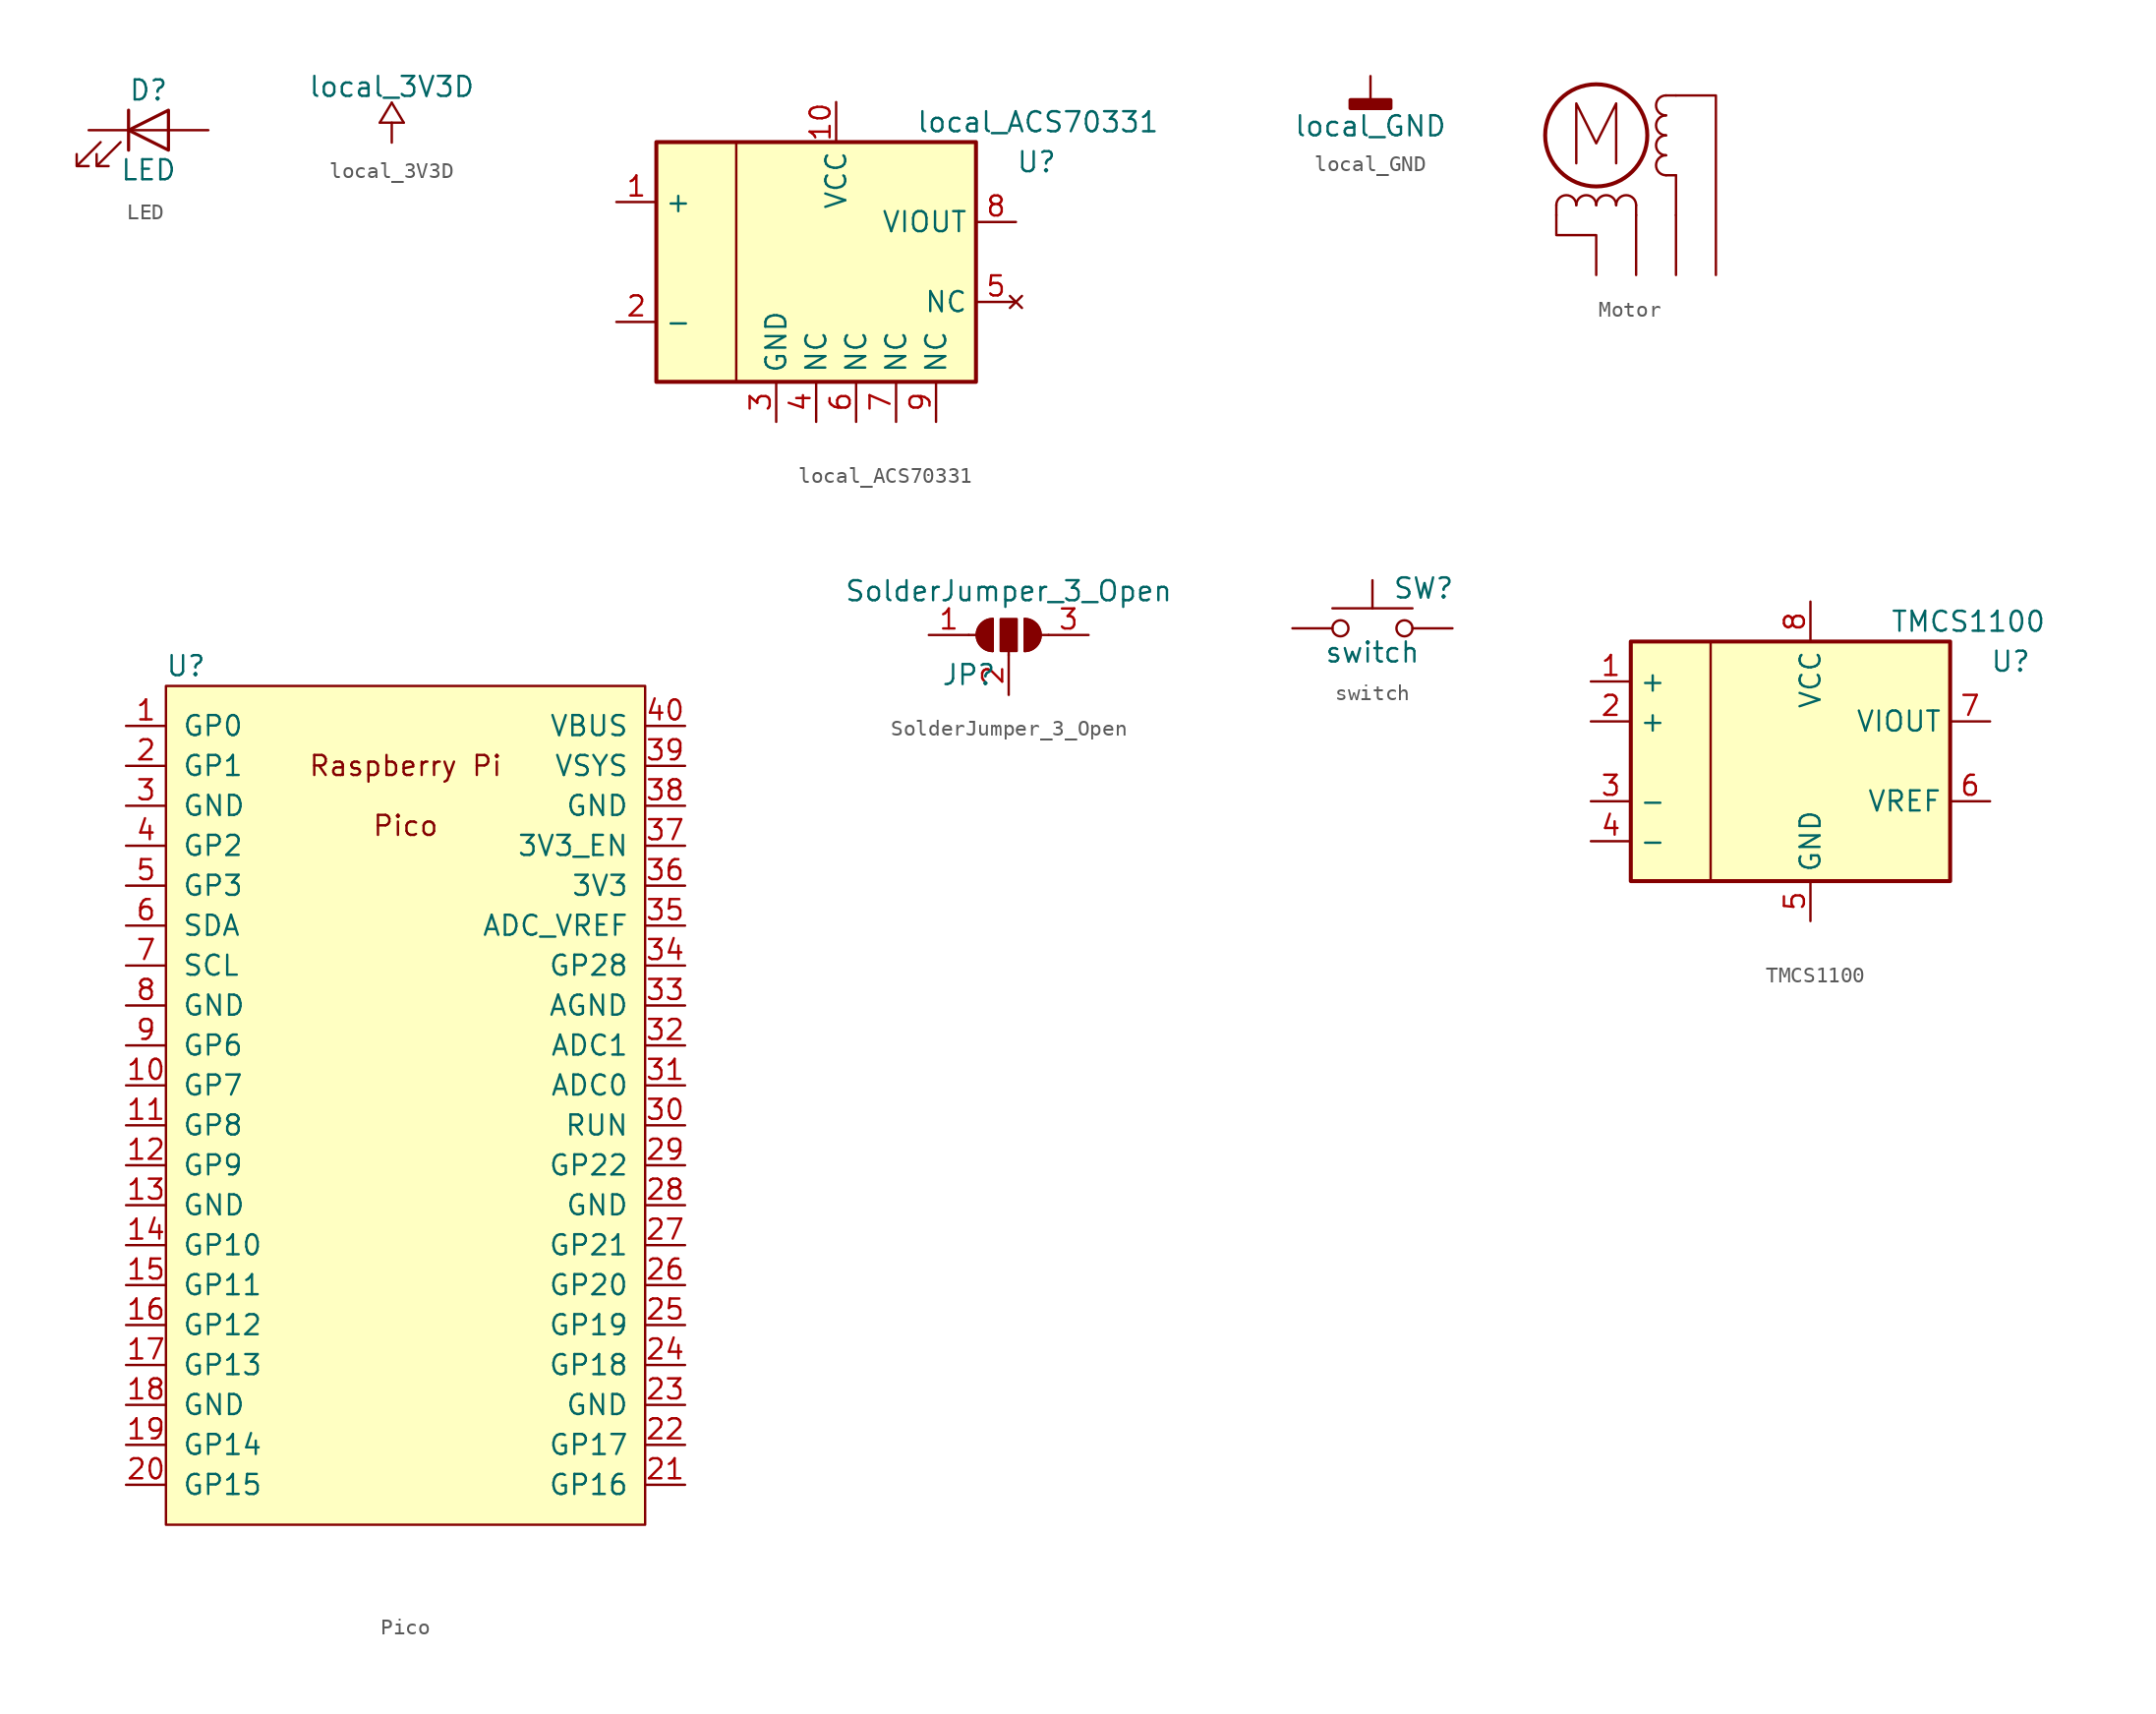
<source format=kicad_sym>
(kicad_symbol_lib
  (version 20210619)
  (generator kicad_symbol_editor)
  (symbol "stepper_motor_analyzer:LED"
    (pin_numbers hide)
    (pin_names
      (offset 1.016) hide)
    (property "Reference" "D"
      (at 0 2.54 0)
      (effects (font (size 1.27 1.27))))
    (property "Value" "LED"
      (at 0 -2.54 0)
      (effects (font (size 1.27 1.27))))
    (symbol "LED_0_1"
      (polyline (pts (xy -1.27 -1.27) (xy -1.27 1.27)) (stroke (width 0.203)) (fill (type none)))
      (polyline (pts (xy -1.27 0) (xy 1.27 0)) (stroke (width 0)) (fill (type none)))
      (polyline (pts (xy 1.27 -1.27) (xy 1.27 1.27) (xy -1.27 0) (xy 1.27 -1.27)) (stroke (width 0.203)) (fill (type none)))
      (polyline (pts (xy -3.048 -0.762) (xy -4.572 -2.286) (xy -3.81 -2.286) (xy -4.572 -2.286) (xy -4.572 -1.524)) (stroke (width 0)) (fill (type none)))
      (polyline (pts (xy -1.778 -0.762) (xy -3.302 -2.286) (xy -2.54 -2.286) (xy -3.302 -2.286) (xy -3.302 -1.524)) (stroke (width 0)) (fill (type none))))
    (symbol "LED_1_1"
      (pin passive line (at -3.81 0 0) (length 2.54) (name "K" (effects (font (size 1.27 1.27)))) (number "1" (effects (font (size 1.27 1.27)))))
      (pin passive line (at 3.81 0 180) (length 2.54) (name "A" (effects (font (size 1.27 1.27)))) (number "2" (effects (font (size 1.27 1.27)))))))
  (symbol "stepper_motor_analyzer:local_3V3D"
    (power)
    (pin_names
      (offset 0))
    (property "Reference" "#PWR"
      (at 0 -3.81 0)
      (effects (font (size 1.27 1.27)) hide))
    (property "Value" "local_3V3D"
      (at 0 3.556 0)
      (effects (font (size 1.27 1.27))))
    (symbol "local_3V3D_0_1"
      (polyline (pts (xy -0.762 1.27) (xy 0 2.54)) (stroke (width 0)) (fill (type none)))
      (polyline (pts (xy -0.762 1.27) (xy 0.762 1.27)) (stroke (width 0)) (fill (type none)))
      (polyline (pts (xy 0 0) (xy 0 1.27)) (stroke (width 0)) (fill (type none)))
      (polyline (pts (xy 0 2.54) (xy 0.762 1.27)) (stroke (width 0)) (fill (type none))))
    (symbol "local_3V3D_1_1"
      (pin power_in line (at 0 0 90) (length 0) hide (name "+3V3D" (effects (font (size 1.27 1.27)))) (number "1" (effects (font (size 1.27 1.27)))))))
  (symbol "stepper_motor_analyzer:local_ACS70331"
    (property "Reference" "U"
      (at 10.16 6.35 0)
      (effects (font (size 1.27 1.27)) (justify left)))
    (property "Value" "local_ACS70331"
      (at 3.81 8.89 0)
      (effects (font (size 1.27 1.27)) (justify left)))
    (symbol "local_ACS70331_0_1"
      (rectangle (start -12.7 7.62) (end 7.62 -7.62) (stroke (width 0.254)) (fill (type background)))
      (polyline (pts (xy -7.62 7.62) (xy -7.62 -7.62)) (stroke (width 0)) (fill (type none))))
    (symbol "local_ACS70331_1_1"
      (pin passive line (at -15.24 3.81 0) (length 2.54) (name "+" (effects (font (size 1.27 1.27)))) (number "1" (effects (font (size 1.27 1.27)))))
      (pin power_in line (at -1.27 10.16 270) (length 2.54) (name "VCC" (effects (font (size 1.27 1.27)))) (number "10" (effects (font (size 1.27 1.27)))))
      (pin passive line (at -15.24 -3.81 0) (length 2.54) (name "-" (effects (font (size 1.27 1.27)))) (number "2" (effects (font (size 1.27 1.27)))))
      (pin power_in line (at -5.08 -10.16 90) (length 2.54) (name "GND" (effects (font (size 1.27 1.27)))) (number "3" (effects (font (size 1.27 1.27)))))
      (pin passive line (at -2.54 -10.16 90) (length 2.54) (name "NC" (effects (font (size 1.27 1.27)))) (number "4" (effects (font (size 1.27 1.27)))))
      (pin no_connect line (at 10.16 -2.54 180) (length 2.54) (name "NC" (effects (font (size 1.27 1.27)))) (number "5" (effects (font (size 1.27 1.27)))))
      (pin passive line (at 0 -10.16 90) (length 2.54) (name "NC" (effects (font (size 1.27 1.27)))) (number "6" (effects (font (size 1.27 1.27)))))
      (pin passive line (at 2.54 -10.16 90) (length 2.54) (name "NC" (effects (font (size 1.27 1.27)))) (number "7" (effects (font (size 1.27 1.27)))))
      (pin output line (at 10.16 2.54 180) (length 2.54) (name "VIOUT" (effects (font (size 1.27 1.27)))) (number "8" (effects (font (size 1.27 1.27)))))
      (pin passive line (at 5.08 -10.16 90) (length 2.54) (name "NC" (effects (font (size 1.27 1.27)))) (number "9" (effects (font (size 1.27 1.27)))))))
  (symbol "stepper_motor_analyzer:local_GND"
    (power)
    (pin_names
      (offset 0))
    (property "Reference" "#PWR"
      (at 0 -6.35 0)
      (effects (font (size 1.27 1.27)) hide))
    (property "Value" "local_GND"
      (at 0 -3.175 0)
      (effects (font (size 1.27 1.27))))
    (symbol "local_GND_0_1"
      (rectangle (start -1.27 -1.524) (end 1.27 -2.032) (stroke (width 0.254)) (fill (type outline)))
      (polyline (pts (xy 0 0) (xy 0 -1.524)) (stroke (width 0)) (fill (type none))))
    (symbol "local_GND_1_1"
      (pin power_in line (at 0 0 270) (length 0) hide (name "GNDD" (effects (font (size 1.27 1.27)))) (number "1" (effects (font (size 1.27 1.27)))))))
  (symbol "stepper_motor_analyzer:Motor"
    (pin_names
      (offset 0) hide)
    (property "Reference" "M"
      (at 1.27 10.16 0)
      (effects (font (size 1.27 1.27)) (justify left) hide))
    (symbol "Motor_0_0"
      (polyline (pts (xy 5.08 0) (xy 5.08 -2.54)) (stroke (width 0)) (fill (type none)))
      (polyline (pts (xy -1.27 0.762) (xy -1.27 4.572) (xy 0 2.032) (xy 1.27 4.572) (xy 1.27 0.762)) (stroke (width 0)) (fill (type none))))
    (symbol "Motor_0_1"
      (arc (start -1.27 -1.905) (end -2.54 -1.905) (radius (at -1.905 -1.905) (length 0.635) (angles 0.1 179.9)) (stroke (width 0)) (fill (type none)))
      (arc (start 0 -1.905) (end -1.27 -1.905) (radius (at -0.635 -1.905) (length 0.635) (angles 0.1 179.9)) (stroke (width 0)) (fill (type none)))
      (arc (start 1.27 -1.905) (end 0 -1.905) (radius (at 0.635 -1.905) (length 0.635) (angles 0.1 179.9)) (stroke (width 0)) (fill (type none)))
      (arc (start 2.54 -1.905) (end 1.27 -1.905) (radius (at 1.905 -1.905) (length 0.635) (angles 0.1 179.9)) (stroke (width 0)) (fill (type none)))
      (arc (start 4.445 1.27) (end 4.445 0) (radius (at 4.445 0.635) (length 0.635) (angles 90.1 -90.1)) (stroke (width 0)) (fill (type none)))
      (arc (start 4.445 2.54) (end 4.445 1.27) (radius (at 4.445 1.905) (length 0.635) (angles 90.1 -90.1)) (stroke (width 0)) (fill (type none)))
      (arc (start 4.445 3.81) (end 4.445 2.54) (radius (at 4.445 3.175) (length 0.635) (angles 90.1 -90.1)) (stroke (width 0)) (fill (type none)))
      (arc (start 4.445 5.08) (end 4.445 3.81) (radius (at 4.445 4.445) (length 0.635) (angles 90.1 -90.1)) (stroke (width 0)) (fill (type none)))
      (circle (center 0 2.54) (radius 3.251) (stroke (width 0.254)) (fill (type none)))
      (polyline (pts (xy -2.54 -2.54) (xy -2.54 -1.905)) (stroke (width 0)) (fill (type none)))
      (polyline (pts (xy 2.54 -2.54) (xy 2.54 -6.35)) (stroke (width 0)) (fill (type none)))
      (polyline (pts (xy 2.54 -2.54) (xy 2.54 -1.905)) (stroke (width 0)) (fill (type none)))
      (polyline (pts (xy 5.08 -2.54) (xy 5.08 -6.35)) (stroke (width 0)) (fill (type none)))
      (polyline (pts (xy 5.08 0) (xy 4.445 0)) (stroke (width 0)) (fill (type none)))
      (polyline (pts (xy 5.08 5.08) (xy 4.445 5.08)) (stroke (width 0)) (fill (type none)))
      (polyline (pts (xy 7.62 -6.35) (xy 7.62 5.08) (xy 5.08 5.08)) (stroke (width 0)) (fill (type none)))
      (polyline (pts (xy 0 -6.35) (xy 0 -3.81) (xy -2.54 -3.81) (xy -2.54 -2.54)) (stroke (width 0)) (fill (type none)))))
  (symbol "stepper_motor_analyzer:Pico"
    (pin_names
      (offset 1.016))
    (property "Reference" "U"
      (at -13.97 27.94 0)
      (effects (font (size 1.27 1.27))))
    (symbol "Pico_0_0"
      (text "Pico" (at 0 17.78 0) (effects (font (size 1.27 1.27))))
      (text "Raspberry Pi" (at 0 21.59 0) (effects (font (size 1.27 1.27)))))
    (symbol "Pico_0_1"
      (rectangle (start -15.24 26.67) (end 15.24 -26.67) (stroke (width 0)) (fill (type background))))
    (symbol "Pico_1_1"
      (pin input line (at -17.78 24.13 0) (length 2.54) (name "GP0" (effects (font (size 1.27 1.27)))) (number "1" (effects (font (size 1.27 1.27)))))
      (pin output line (at -17.78 1.27 0) (length 2.54) (name "GP7" (effects (font (size 1.27 1.27)))) (number "10" (effects (font (size 1.27 1.27)))))
      (pin output line (at -17.78 -1.27 0) (length 2.54) (name "GP8" (effects (font (size 1.27 1.27)))) (number "11" (effects (font (size 1.27 1.27)))))
      (pin output line (at -17.78 -3.81 0) (length 2.54) (name "GP9" (effects (font (size 1.27 1.27)))) (number "12" (effects (font (size 1.27 1.27)))))
      (pin power_in line (at -17.78 -6.35 0) (length 2.54) (name "GND" (effects (font (size 1.27 1.27)))) (number "13" (effects (font (size 1.27 1.27)))))
      (pin output line (at -17.78 -8.89 0) (length 2.54) (name "GP10" (effects (font (size 1.27 1.27)))) (number "14" (effects (font (size 1.27 1.27)))))
      (pin output line (at -17.78 -11.43 0) (length 2.54) (name "GP11" (effects (font (size 1.27 1.27)))) (number "15" (effects (font (size 1.27 1.27)))))
      (pin output line (at -17.78 -13.97 0) (length 2.54) (name "GP12" (effects (font (size 1.27 1.27)))) (number "16" (effects (font (size 1.27 1.27)))))
      (pin output line (at -17.78 -16.51 0) (length 2.54) (name "GP13" (effects (font (size 1.27 1.27)))) (number "17" (effects (font (size 1.27 1.27)))))
      (pin power_in line (at -17.78 -19.05 0) (length 2.54) (name "GND" (effects (font (size 1.27 1.27)))) (number "18" (effects (font (size 1.27 1.27)))))
      (pin input line (at -17.78 -21.59 0) (length 2.54) (name "GP14" (effects (font (size 1.27 1.27)))) (number "19" (effects (font (size 1.27 1.27)))))
      (pin input line (at -17.78 21.59 0) (length 2.54) (name "GP1" (effects (font (size 1.27 1.27)))) (number "2" (effects (font (size 1.27 1.27)))))
      (pin output line (at -17.78 -24.13 0) (length 2.54) (name "GP15" (effects (font (size 1.27 1.27)))) (number "20" (effects (font (size 1.27 1.27)))))
      (pin output line (at 17.78 -24.13 180) (length 2.54) (name "GP16" (effects (font (size 1.27 1.27)))) (number "21" (effects (font (size 1.27 1.27)))))
      (pin output line (at 17.78 -21.59 180) (length 2.54) (name "GP17" (effects (font (size 1.27 1.27)))) (number "22" (effects (font (size 1.27 1.27)))))
      (pin power_in line (at 17.78 -19.05 180) (length 2.54) (name "GND" (effects (font (size 1.27 1.27)))) (number "23" (effects (font (size 1.27 1.27)))))
      (pin input line (at 17.78 -16.51 180) (length 2.54) (name "GP18" (effects (font (size 1.27 1.27)))) (number "24" (effects (font (size 1.27 1.27)))))
      (pin input line (at 17.78 -13.97 180) (length 2.54) (name "GP19" (effects (font (size 1.27 1.27)))) (number "25" (effects (font (size 1.27 1.27)))))
      (pin input line (at 17.78 -11.43 180) (length 2.54) (name "GP20" (effects (font (size 1.27 1.27)))) (number "26" (effects (font (size 1.27 1.27)))))
      (pin input line (at 17.78 -8.89 180) (length 2.54) (name "GP21" (effects (font (size 1.27 1.27)))) (number "27" (effects (font (size 1.27 1.27)))))
      (pin power_in line (at 17.78 -6.35 180) (length 2.54) (name "GND" (effects (font (size 1.27 1.27)))) (number "28" (effects (font (size 1.27 1.27)))))
      (pin output line (at 17.78 -3.81 180) (length 2.54) (name "GP22" (effects (font (size 1.27 1.27)))) (number "29" (effects (font (size 1.27 1.27)))))
      (pin power_in line (at -17.78 19.05 0) (length 2.54) (name "GND" (effects (font (size 1.27 1.27)))) (number "3" (effects (font (size 1.27 1.27)))))
      (pin input line (at 17.78 -1.27 180) (length 2.54) (name "RUN" (effects (font (size 1.27 1.27)))) (number "30" (effects (font (size 1.27 1.27)))))
      (pin input line (at 17.78 1.27 180) (length 2.54) (name "ADC0" (effects (font (size 1.27 1.27)))) (number "31" (effects (font (size 1.27 1.27)))))
      (pin input line (at 17.78 3.81 180) (length 2.54) (name "ADC1" (effects (font (size 1.27 1.27)))) (number "32" (effects (font (size 1.27 1.27)))))
      (pin power_in line (at 17.78 6.35 180) (length 2.54) (name "AGND" (effects (font (size 1.27 1.27)))) (number "33" (effects (font (size 1.27 1.27)))))
      (pin output line (at 17.78 8.89 180) (length 2.54) (name "GP28" (effects (font (size 1.27 1.27)))) (number "34" (effects (font (size 1.27 1.27)))))
      (pin unspecified line (at 17.78 11.43 180) (length 2.54) (name "ADC_VREF" (effects (font (size 1.27 1.27)))) (number "35" (effects (font (size 1.27 1.27)))))
      (pin power_out line (at 17.78 13.97 180) (length 2.54) (name "3V3" (effects (font (size 1.27 1.27)))) (number "36" (effects (font (size 1.27 1.27)))))
      (pin input line (at 17.78 16.51 180) (length 2.54) (name "3V3_EN" (effects (font (size 1.27 1.27)))) (number "37" (effects (font (size 1.27 1.27)))))
      (pin power_out line (at 17.78 19.05 180) (length 2.54) (name "GND" (effects (font (size 1.27 1.27)))) (number "38" (effects (font (size 1.27 1.27)))))
      (pin unspecified line (at 17.78 21.59 180) (length 2.54) (name "VSYS" (effects (font (size 1.27 1.27)))) (number "39" (effects (font (size 1.27 1.27)))))
      (pin output line (at -17.78 16.51 0) (length 2.54) (name "GP2" (effects (font (size 1.27 1.27)))) (number "4" (effects (font (size 1.27 1.27)))))
      (pin unspecified line (at 17.78 24.13 180) (length 2.54) (name "VBUS" (effects (font (size 1.27 1.27)))) (number "40" (effects (font (size 1.27 1.27)))))
      (pin input line (at -17.78 13.97 0) (length 2.54) (name "GP3" (effects (font (size 1.27 1.27)))) (number "5" (effects (font (size 1.27 1.27)))))
      (pin bidirectional line (at -17.78 11.43 0) (length 2.54) (name "SDA" (effects (font (size 1.27 1.27)))) (number "6" (effects (font (size 1.27 1.27)))))
      (pin output line (at -17.78 8.89 0) (length 2.54) (name "SCL" (effects (font (size 1.27 1.27)))) (number "7" (effects (font (size 1.27 1.27)))))
      (pin power_in line (at -17.78 6.35 0) (length 2.54) (name "GND" (effects (font (size 1.27 1.27)))) (number "8" (effects (font (size 1.27 1.27)))))
      (pin output line (at -17.78 3.81 0) (length 2.54) (name "GP6" (effects (font (size 1.27 1.27)))) (number "9" (effects (font (size 1.27 1.27)))))))
  (symbol "stepper_motor_analyzer:SolderJumper_3_Open"
    (pin_names
      (offset 0) hide)
    (property "Reference" "JP"
      (at -2.54 -2.54 0)
      (effects (font (size 1.27 1.27))))
    (property "Value" "SolderJumper_3_Open"
      (at 0 2.794 0)
      (effects (font (size 1.27 1.27))))
    (symbol "SolderJumper_3_Open_0_1"
      (arc (start -1.016 1.016) (end -1.016 -1.016) (radius (at -1.016 0) (length 1.016) (angles 90.1 -90.1)) (stroke (width 0)) (fill (type none)))
      (arc (start 1.016 -1.016) (end 1.016 1.016) (radius (at 1.016 0) (length 1.016) (angles -89.9 89.9)) (stroke (width 0)) (fill (type none)))
      (arc (start -1.016 1.016) (end -1.016 -1.016) (radius (at -1.016 0) (length 1.016) (angles 90.1 -90.1)) (stroke (width 0)) (fill (type outline)))
      (arc (start 1.016 -1.016) (end 1.016 1.016) (radius (at 1.016 0) (length 1.016) (angles -89.9 89.9)) (stroke (width 0)) (fill (type outline)))
      (rectangle (start -0.508 1.016) (end 0.508 -1.016) (stroke (width 0)) (fill (type outline)))
      (polyline (pts (xy -2.54 0) (xy -2.032 0)) (stroke (width 0)) (fill (type none)))
      (polyline (pts (xy -1.016 1.016) (xy -1.016 -1.016)) (stroke (width 0)) (fill (type none)))
      (polyline (pts (xy 0 -1.27) (xy 0 -1.016)) (stroke (width 0)) (fill (type none)))
      (polyline (pts (xy 1.016 1.016) (xy 1.016 -1.016)) (stroke (width 0)) (fill (type none)))
      (polyline (pts (xy 2.54 0) (xy 2.032 0)) (stroke (width 0)) (fill (type none))))
    (symbol "SolderJumper_3_Open_1_1"
      (pin power_in line (at -5.08 0 0) (length 2.54) (name "A" (effects (font (size 1.27 1.27)))) (number "1" (effects (font (size 1.27 1.27)))))
      (pin output line (at 0 -3.81 90) (length 2.54) (name "C" (effects (font (size 1.27 1.27)))) (number "2" (effects (font (size 1.27 1.27)))))
      (pin power_in line (at 5.08 0 180) (length 2.54) (name "B" (effects (font (size 1.27 1.27)))) (number "3" (effects (font (size 1.27 1.27)))))))
  (symbol "stepper_motor_analyzer:switch"
    (pin_numbers hide)
    (pin_names
      (offset 1.016) hide)
    (property "Reference" "SW"
      (at 1.27 2.54 0)
      (effects (font (size 1.27 1.27)) (justify left)))
    (property "Value" "switch"
      (at 0 -1.524 0)
      (effects (font (size 1.27 1.27))))
    (symbol "switch_0_1"
      (circle (center -2.032 0) (radius 0.508) (stroke (width 0)) (fill (type none)))
      (circle (center 2.032 0) (radius 0.508) (stroke (width 0)) (fill (type none)))
      (polyline (pts (xy 0 1.27) (xy 0 3.048)) (stroke (width 0)) (fill (type none)))
      (polyline (pts (xy 2.54 1.27) (xy -2.54 1.27)) (stroke (width 0)) (fill (type none)))
      (pin passive line (at -5.08 0 0) (length 2.54) (name "1" (effects (font (size 1.27 1.27)))) (number "1" (effects (font (size 1.27 1.27)))))
      (pin passive line (at 5.08 0 180) (length 2.54) (name "2" (effects (font (size 1.27 1.27)))) (number "2" (effects (font (size 1.27 1.27)))))))
  (symbol "stepper_motor_analyzer:TMCS1100"
    (property "Reference" "U"
      (at 10.16 6.35 0)
      (effects (font (size 1.27 1.27)) (justify left)))
    (property "Value" "TMCS1100"
      (at 3.81 8.89 0)
      (effects (font (size 1.27 1.27)) (justify left)))
    (symbol "TMCS1100_0_1"
      (rectangle (start -12.7 7.62) (end 7.62 -7.62) (stroke (width 0.254)) (fill (type background)))
      (polyline (pts (xy -7.62 7.62) (xy -7.62 -7.62)) (stroke (width 0)) (fill (type none))))
    (symbol "TMCS1100_1_1"
      (pin passive line (at -15.24 5.08 0) (length 2.54) (name "+" (effects (font (size 1.27 1.27)))) (number "1" (effects (font (size 1.27 1.27)))))
      (pin passive line (at -15.24 2.54 0) (length 2.54) (name "+" (effects (font (size 1.27 1.27)))) (number "2" (effects (font (size 1.27 1.27)))))
      (pin passive line (at -15.24 -2.54 0) (length 2.54) (name "-" (effects (font (size 1.27 1.27)))) (number "3" (effects (font (size 1.27 1.27)))))
      (pin passive line (at -15.24 -5.08 0) (length 2.54) (name "-" (effects (font (size 1.27 1.27)))) (number "4" (effects (font (size 1.27 1.27)))))
      (pin power_in line (at -1.27 -10.16 90) (length 2.54) (name "GND" (effects (font (size 1.27 1.27)))) (number "5" (effects (font (size 1.27 1.27)))))
      (pin passive line (at 10.16 -2.54 180) (length 2.54) (name "VREF" (effects (font (size 1.27 1.27)))) (number "6" (effects (font (size 1.27 1.27)))))
      (pin output line (at 10.16 2.54 180) (length 2.54) (name "VIOUT" (effects (font (size 1.27 1.27)))) (number "7" (effects (font (size 1.27 1.27)))))
      (pin power_in line (at -1.27 10.16 270) (length 2.54) (name "VCC" (effects (font (size 1.27 1.27)))) (number "8" (effects (font (size 1.27 1.27))))))))
</source>
